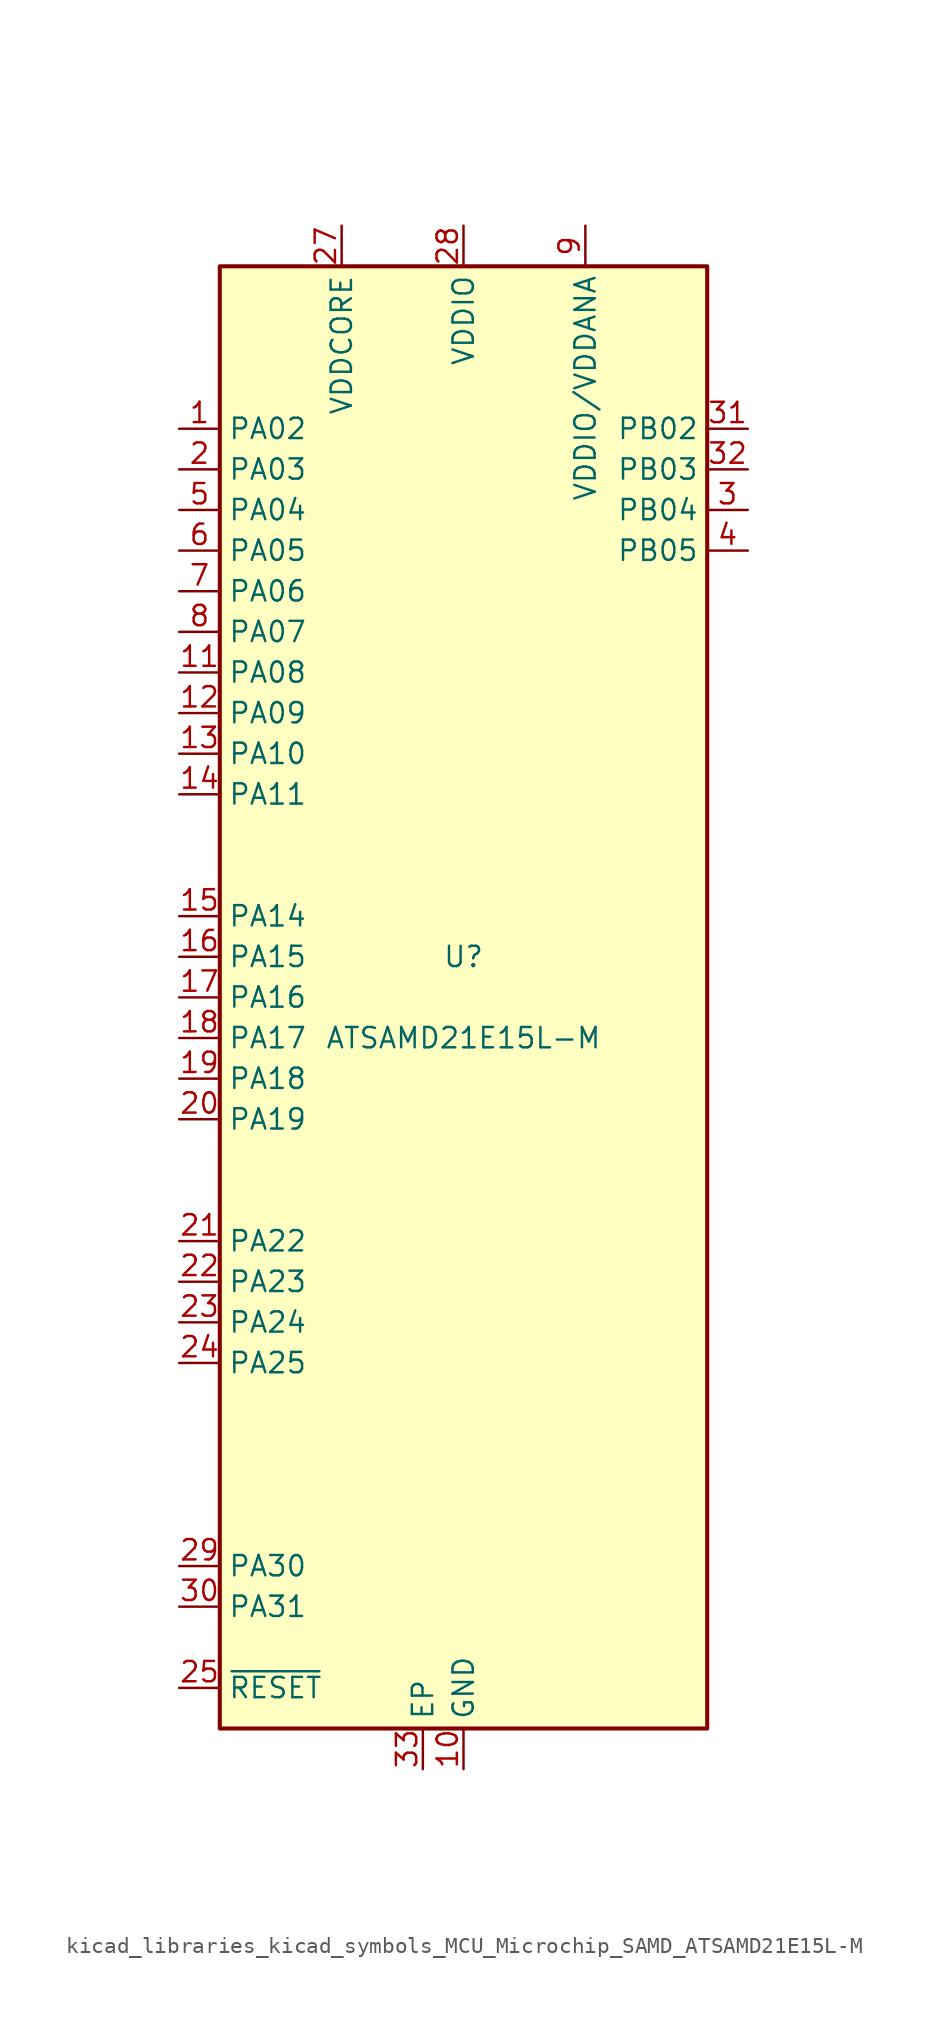
<source format=kicad_sym>
(kicad_symbol_lib
  (version 20220914)
  (generator kicad_symbol_editor)
  (symbol "kicad_libraries_kicad_symbols_MCU_Microchip_SAMD_ATSAMD21E15L-M"
    (property "Reference" "U"
      (at 0 2.54 0)
      (effects (font (size 1.27 1.27))))
    (property "Value" "ATSAMD21E15L-M"
      (at 0 -2.54 0)
      (effects (font (size 1.27 1.27))))
    (symbol "kicad_libraries_kicad_symbols_MCU_Microchip_SAMD_ATSAMD21E15L-M_1_1"
      (rectangle (start -15.24 45.72) (end 15.24 -45.72) (stroke (width 0.254) (type default)) (fill (type background)))
      (pin bidirectional line (at -17.78 35.56 0) (length 2.54) (name "PA02" (effects (font (size 1.27 1.27)))) (number "1" (effects (font (size 1.27 1.27)))))
      (pin power_in line (at 0 -48.26 90) (length 2.54) (name "GND" (effects (font (size 1.27 1.27)))) (number "10" (effects (font (size 1.27 1.27)))))
      (pin bidirectional line (at -17.78 20.32 0) (length 2.54) (name "PA08" (effects (font (size 1.27 1.27)))) (number "11" (effects (font (size 1.27 1.27)))))
      (pin bidirectional line (at -17.78 17.78 0) (length 2.54) (name "PA09" (effects (font (size 1.27 1.27)))) (number "12" (effects (font (size 1.27 1.27)))))
      (pin bidirectional line (at -17.78 15.24 0) (length 2.54) (name "PA10" (effects (font (size 1.27 1.27)))) (number "13" (effects (font (size 1.27 1.27)))))
      (pin bidirectional line (at -17.78 12.7 0) (length 2.54) (name "PA11" (effects (font (size 1.27 1.27)))) (number "14" (effects (font (size 1.27 1.27)))))
      (pin bidirectional line (at -17.78 5.08 0) (length 2.54) (name "PA14" (effects (font (size 1.27 1.27)))) (number "15" (effects (font (size 1.27 1.27)))))
      (pin bidirectional line (at -17.78 2.54 0) (length 2.54) (name "PA15" (effects (font (size 1.27 1.27)))) (number "16" (effects (font (size 1.27 1.27)))))
      (pin bidirectional line (at -17.78 0 0) (length 2.54) (name "PA16" (effects (font (size 1.27 1.27)))) (number "17" (effects (font (size 1.27 1.27)))))
      (pin bidirectional line (at -17.78 -2.54 0) (length 2.54) (name "PA17" (effects (font (size 1.27 1.27)))) (number "18" (effects (font (size 1.27 1.27)))))
      (pin bidirectional line (at -17.78 -5.08 0) (length 2.54) (name "PA18" (effects (font (size 1.27 1.27)))) (number "19" (effects (font (size 1.27 1.27)))))
      (pin bidirectional line (at -17.78 33.02 0) (length 2.54) (name "PA03" (effects (font (size 1.27 1.27)))) (number "2" (effects (font (size 1.27 1.27)))))
      (pin bidirectional line (at -17.78 -7.62 0) (length 2.54) (name "PA19" (effects (font (size 1.27 1.27)))) (number "20" (effects (font (size 1.27 1.27)))))
      (pin bidirectional line (at -17.78 -15.24 0) (length 2.54) (name "PA22" (effects (font (size 1.27 1.27)))) (number "21" (effects (font (size 1.27 1.27)))))
      (pin bidirectional line (at -17.78 -17.78 0) (length 2.54) (name "PA23" (effects (font (size 1.27 1.27)))) (number "22" (effects (font (size 1.27 1.27)))))
      (pin bidirectional line (at -17.78 -20.32 0) (length 2.54) (name "PA24" (effects (font (size 1.27 1.27)))) (number "23" (effects (font (size 1.27 1.27)))))
      (pin bidirectional line (at -17.78 -22.86 0) (length 2.54) (name "PA25" (effects (font (size 1.27 1.27)))) (number "24" (effects (font (size 1.27 1.27)))))
      (pin input line (at -17.78 -43.18 0) (length 2.54) (name "~{RESET}" (effects (font (size 1.27 1.27)))) (number "25" (effects (font (size 1.27 1.27)))))
      (pin passive line (at 0 -48.26 90) (length 2.54) hide (name "GND" (effects (font (size 1.27 1.27)))) (number "26" (effects (font (size 1.27 1.27)))))
      (pin power_out line (at -7.62 48.26 270) (length 2.54) (name "VDDCORE" (effects (font (size 1.27 1.27)))) (number "27" (effects (font (size 1.27 1.27)))))
      (pin power_in line (at 0 48.26 270) (length 2.54) (name "VDDIO" (effects (font (size 1.27 1.27)))) (number "28" (effects (font (size 1.27 1.27)))))
      (pin bidirectional line (at -17.78 -35.56 0) (length 2.54) (name "PA30" (effects (font (size 1.27 1.27)))) (number "29" (effects (font (size 1.27 1.27)))))
      (pin bidirectional line (at 17.78 30.48 180) (length 2.54) (name "PB04" (effects (font (size 1.27 1.27)))) (number "3" (effects (font (size 1.27 1.27)))))
      (pin bidirectional line (at -17.78 -38.1 0) (length 2.54) (name "PA31" (effects (font (size 1.27 1.27)))) (number "30" (effects (font (size 1.27 1.27)))))
      (pin bidirectional line (at 17.78 35.56 180) (length 2.54) (name "PB02" (effects (font (size 1.27 1.27)))) (number "31" (effects (font (size 1.27 1.27)))))
      (pin bidirectional line (at 17.78 33.02 180) (length 2.54) (name "PB03" (effects (font (size 1.27 1.27)))) (number "32" (effects (font (size 1.27 1.27)))))
      (pin passive line (at -2.54 -48.26 90) (length 2.54) (name "EP" (effects (font (size 1.27 1.27)))) (number "33" (effects (font (size 1.27 1.27)))))
      (pin bidirectional line (at 17.78 27.94 180) (length 2.54) (name "PB05" (effects (font (size 1.27 1.27)))) (number "4" (effects (font (size 1.27 1.27)))))
      (pin bidirectional line (at -17.78 30.48 0) (length 2.54) (name "PA04" (effects (font (size 1.27 1.27)))) (number "5" (effects (font (size 1.27 1.27)))))
      (pin bidirectional line (at -17.78 27.94 0) (length 2.54) (name "PA05" (effects (font (size 1.27 1.27)))) (number "6" (effects (font (size 1.27 1.27)))))
      (pin bidirectional line (at -17.78 25.4 0) (length 2.54) (name "PA06" (effects (font (size 1.27 1.27)))) (number "7" (effects (font (size 1.27 1.27)))))
      (pin bidirectional line (at -17.78 22.86 0) (length 2.54) (name "PA07" (effects (font (size 1.27 1.27)))) (number "8" (effects (font (size 1.27 1.27)))))
      (pin power_in line (at 7.62 48.26 270) (length 2.54) (name "VDDIO/VDDANA" (effects (font (size 1.27 1.27)))) (number "9" (effects (font (size 1.27 1.27))))))))
</source>
